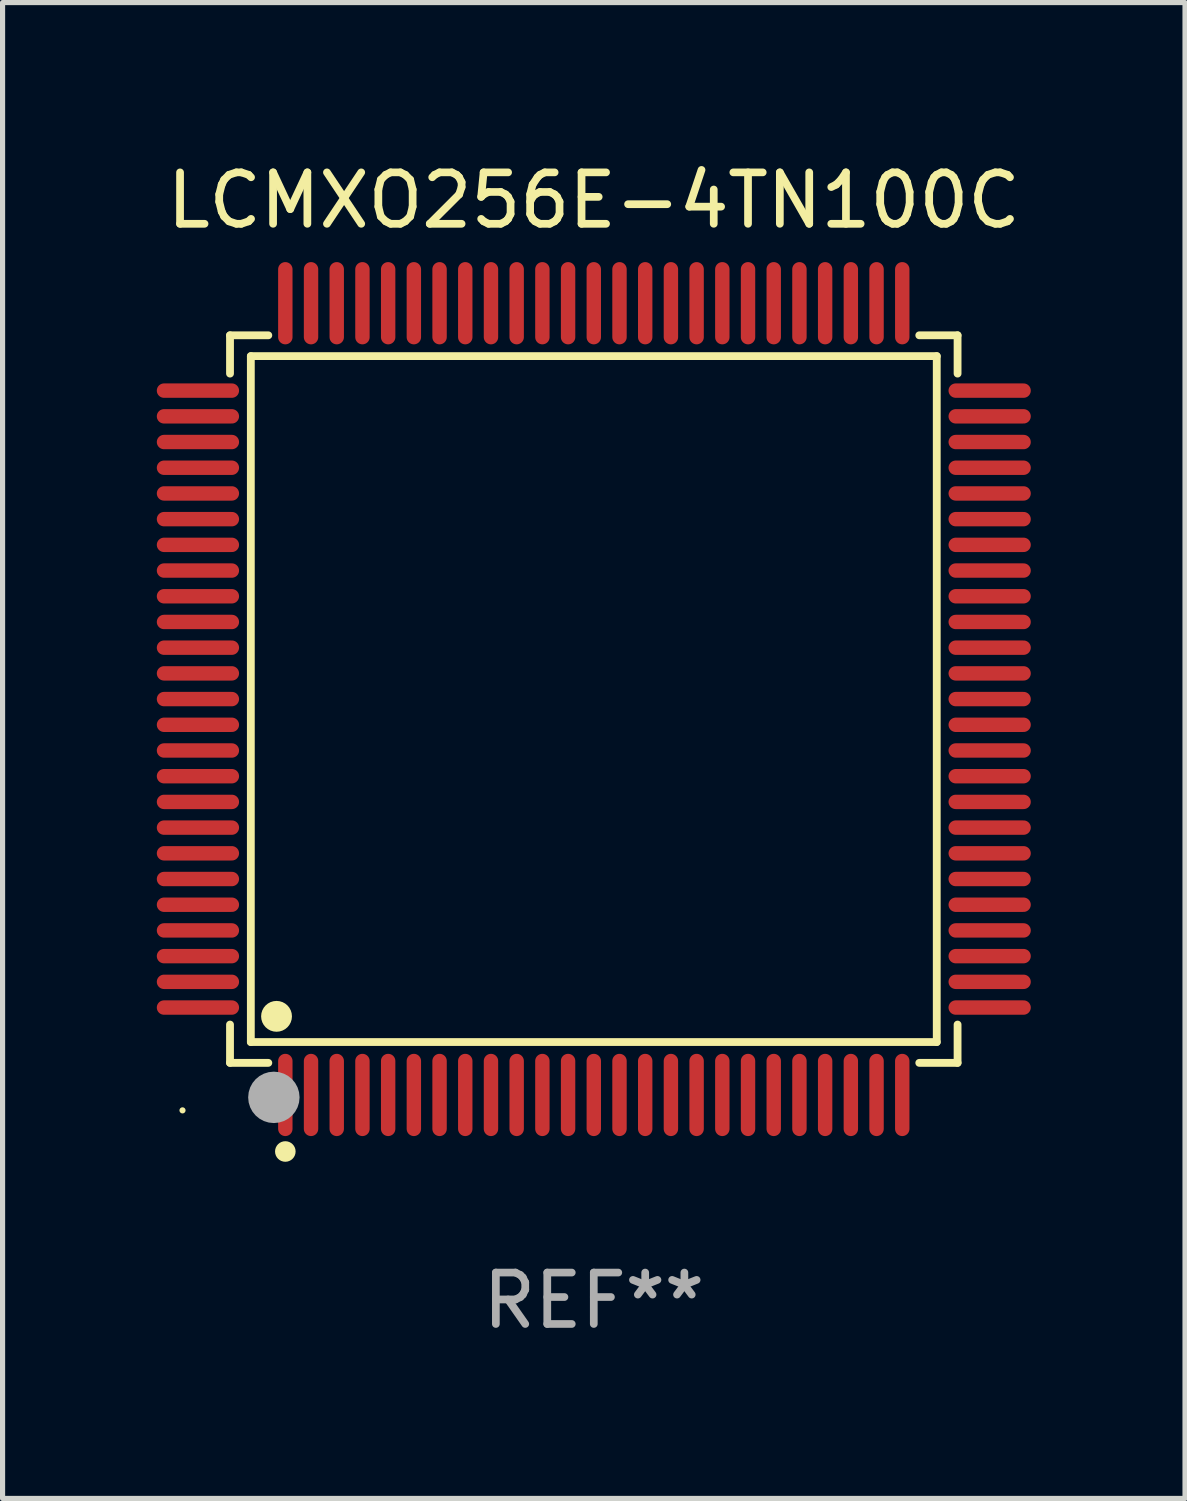
<source format=kicad_pcb>
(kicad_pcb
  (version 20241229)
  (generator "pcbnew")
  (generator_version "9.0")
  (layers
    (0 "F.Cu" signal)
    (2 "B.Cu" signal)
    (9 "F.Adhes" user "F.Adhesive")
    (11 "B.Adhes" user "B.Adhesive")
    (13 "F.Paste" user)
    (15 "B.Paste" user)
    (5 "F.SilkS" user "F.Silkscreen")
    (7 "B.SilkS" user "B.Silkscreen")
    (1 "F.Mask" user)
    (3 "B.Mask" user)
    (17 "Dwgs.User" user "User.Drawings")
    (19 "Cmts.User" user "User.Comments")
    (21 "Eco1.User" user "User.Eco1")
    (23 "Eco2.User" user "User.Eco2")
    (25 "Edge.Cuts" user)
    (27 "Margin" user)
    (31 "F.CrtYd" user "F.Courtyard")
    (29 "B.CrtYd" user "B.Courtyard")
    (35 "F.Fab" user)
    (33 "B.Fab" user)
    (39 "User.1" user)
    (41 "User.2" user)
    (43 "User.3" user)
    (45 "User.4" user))
  (footprint "LCMXO256E-4TN100C"
    (layer "F.Cu")
    (at 8.5 10.548)
    (property "Reference" "LCMXO256E-4TN100C" (at 0 -9.7 0) (layer "F.SilkS") (effects (font (size 1 1) (thickness 0.15))))
    (attr through_hole)
    (fp_line (start -7.076 -7.076) (end -6.331 -7.076) (stroke (width 0.152) (type solid)) (layer "F.SilkS"))
    (fp_line (start -7.076 -6.331) (end -7.076 -7.076) (stroke (width 0.152) (type solid)) (layer "F.SilkS"))
    (fp_line (start -7.076 6.331) (end -7.076 7.076) (stroke (width 0.152) (type solid)) (layer "F.SilkS"))
    (fp_line (start -7.076 7.076) (end -6.331 7.076) (stroke (width 0.152) (type solid)) (layer "F.SilkS"))
    (fp_line (start -6.671 -6.671) (end 6.671 -6.671) (stroke (width 0.152) (type solid)) (layer "F.SilkS"))
    (fp_line (start -6.671 6.671) (end -6.671 -6.671) (stroke (width 0.152) (type solid)) (layer "F.SilkS"))
    (fp_line (start 6.671 -6.671) (end 6.671 6.671) (stroke (width 0.152) (type solid)) (layer "F.SilkS"))
    (fp_line (start 6.671 6.671) (end -6.671 6.671) (stroke (width 0.152) (type solid)) (layer "F.SilkS"))
    (fp_line (start 7.076 -7.076) (end 6.331 -7.076) (stroke (width 0.152) (type solid)) (layer "F.SilkS"))
    (fp_line (start 7.076 -6.331) (end 7.076 -7.076) (stroke (width 0.152) (type solid)) (layer "F.SilkS"))
    (fp_line (start 7.076 6.331) (end 7.076 7.076) (stroke (width 0.152) (type solid)) (layer "F.SilkS"))
    (fp_line (start 7.076 7.076) (end 6.331 7.076) (stroke (width 0.152) (type solid)) (layer "F.SilkS"))
    (fp_circle (center -8 8) (end -7.97 8) (stroke (width 0.06) (type solid)) (fill no) (layer "F.SilkS"))
    (fp_circle (center -6.171 6.171) (end -6.021 6.171) (stroke (width 0.3) (type solid)) (fill no) (layer "F.SilkS"))
    (fp_circle (center -6 8.8) (end -5.9 8.8) (stroke (width 0.2) (type solid)) (fill no) (layer "F.SilkS"))
    (fp_circle (center -6.223 7.747) (end -5.973 7.747) (stroke (width 0.5) (type solid)) (fill no) (layer "F.Fab"))
    (fp_text user "REF**" (at 0 11.7 0) (layer "F.Fab") (effects (font (size 1 1) (thickness 0.15))))
    (pad "1" smd oval (at -6 7.7) (size 0.28 1.6) (layers "F.Cu" "F.Mask" "F.Paste"))
    (pad "2" smd oval (at -5.5 7.7) (size 0.28 1.6) (layers "F.Cu" "F.Mask" "F.Paste"))
    (pad "3" smd oval (at -5 7.7) (size 0.28 1.6) (layers "F.Cu" "F.Mask" "F.Paste"))
    (pad "4" smd oval (at -4.5 7.7) (size 0.28 1.6) (layers "F.Cu" "F.Mask" "F.Paste"))
    (pad "5" smd oval (at -4 7.7) (size 0.28 1.6) (layers "F.Cu" "F.Mask" "F.Paste"))
    (pad "6" smd oval (at -3.5 7.7) (size 0.28 1.6) (layers "F.Cu" "F.Mask" "F.Paste"))
    (pad "7" smd oval (at -3 7.7) (size 0.28 1.6) (layers "F.Cu" "F.Mask" "F.Paste"))
    (pad "8" smd oval (at -2.5 7.7) (size 0.28 1.6) (layers "F.Cu" "F.Mask" "F.Paste"))
    (pad "9" smd oval (at -2 7.7) (size 0.28 1.6) (layers "F.Cu" "F.Mask" "F.Paste"))
    (pad "10" smd oval (at -1.5 7.7) (size 0.28 1.6) (layers "F.Cu" "F.Mask" "F.Paste"))
    (pad "11" smd oval (at -1 7.7) (size 0.28 1.6) (layers "F.Cu" "F.Mask" "F.Paste"))
    (pad "12" smd oval (at -0.5 7.7) (size 0.28 1.6) (layers "F.Cu" "F.Mask" "F.Paste"))
    (pad "13" smd oval (at 0 7.7) (size 0.28 1.6) (layers "F.Cu" "F.Mask" "F.Paste"))
    (pad "14" smd oval (at 0.5 7.7) (size 0.28 1.6) (layers "F.Cu" "F.Mask" "F.Paste"))
    (pad "15" smd oval (at 1 7.7) (size 0.28 1.6) (layers "F.Cu" "F.Mask" "F.Paste"))
    (pad "16" smd oval (at 1.5 7.7) (size 0.28 1.6) (layers "F.Cu" "F.Mask" "F.Paste"))
    (pad "17" smd oval (at 2 7.7) (size 0.28 1.6) (layers "F.Cu" "F.Mask" "F.Paste"))
    (pad "18" smd oval (at 2.5 7.7) (size 0.28 1.6) (layers "F.Cu" "F.Mask" "F.Paste"))
    (pad "19" smd oval (at 3 7.7) (size 0.28 1.6) (layers "F.Cu" "F.Mask" "F.Paste"))
    (pad "20" smd oval (at 3.5 7.7) (size 0.28 1.6) (layers "F.Cu" "F.Mask" "F.Paste"))
    (pad "21" smd oval (at 4 7.7) (size 0.28 1.6) (layers "F.Cu" "F.Mask" "F.Paste"))
    (pad "22" smd oval (at 4.5 7.7) (size 0.28 1.6) (layers "F.Cu" "F.Mask" "F.Paste"))
    (pad "23" smd oval (at 5 7.7) (size 0.28 1.6) (layers "F.Cu" "F.Mask" "F.Paste"))
    (pad "24" smd oval (at 5.5 7.7) (size 0.28 1.6) (layers "F.Cu" "F.Mask" "F.Paste"))
    (pad "25" smd oval (at 6 7.7) (size 0.28 1.6) (layers "F.Cu" "F.Mask" "F.Paste"))
    (pad "26" smd oval (at 7.7 6) (size 1.6 0.28) (layers "F.Cu" "F.Mask" "F.Paste"))
    (pad "27" smd oval (at 7.7 5.5) (size 1.6 0.28) (layers "F.Cu" "F.Mask" "F.Paste"))
    (pad "28" smd oval (at 7.7 5) (size 1.6 0.28) (layers "F.Cu" "F.Mask" "F.Paste"))
    (pad "29" smd oval (at 7.7 4.5) (size 1.6 0.28) (layers "F.Cu" "F.Mask" "F.Paste"))
    (pad "30" smd oval (at 7.7 4) (size 1.6 0.28) (layers "F.Cu" "F.Mask" "F.Paste"))
    (pad "31" smd oval (at 7.7 3.5) (size 1.6 0.28) (layers "F.Cu" "F.Mask" "F.Paste"))
    (pad "32" smd oval (at 7.7 3) (size 1.6 0.28) (layers "F.Cu" "F.Mask" "F.Paste"))
    (pad "33" smd oval (at 7.7 2.5) (size 1.6 0.28) (layers "F.Cu" "F.Mask" "F.Paste"))
    (pad "34" smd oval (at 7.7 2) (size 1.6 0.28) (layers "F.Cu" "F.Mask" "F.Paste"))
    (pad "35" smd oval (at 7.7 1.5) (size 1.6 0.28) (layers "F.Cu" "F.Mask" "F.Paste"))
    (pad "36" smd oval (at 7.7 1) (size 1.6 0.28) (layers "F.Cu" "F.Mask" "F.Paste"))
    (pad "37" smd oval (at 7.7 0.5) (size 1.6 0.28) (layers "F.Cu" "F.Mask" "F.Paste"))
    (pad "38" smd oval (at 7.7 0) (size 1.6 0.28) (layers "F.Cu" "F.Mask" "F.Paste"))
    (pad "39" smd oval (at 7.7 -0.5) (size 1.6 0.28) (layers "F.Cu" "F.Mask" "F.Paste"))
    (pad "40" smd oval (at 7.7 -1) (size 1.6 0.28) (layers "F.Cu" "F.Mask" "F.Paste"))
    (pad "41" smd oval (at 7.7 -1.5) (size 1.6 0.28) (layers "F.Cu" "F.Mask" "F.Paste"))
    (pad "42" smd oval (at 7.7 -2) (size 1.6 0.28) (layers "F.Cu" "F.Mask" "F.Paste"))
    (pad "43" smd oval (at 7.7 -2.5) (size 1.6 0.28) (layers "F.Cu" "F.Mask" "F.Paste"))
    (pad "44" smd oval (at 7.7 -3) (size 1.6 0.28) (layers "F.Cu" "F.Mask" "F.Paste"))
    (pad "45" smd oval (at 7.7 -3.5) (size 1.6 0.28) (layers "F.Cu" "F.Mask" "F.Paste"))
    (pad "46" smd oval (at 7.7 -4) (size 1.6 0.28) (layers "F.Cu" "F.Mask" "F.Paste"))
    (pad "47" smd oval (at 7.7 -4.5) (size 1.6 0.28) (layers "F.Cu" "F.Mask" "F.Paste"))
    (pad "48" smd oval (at 7.7 -5) (size 1.6 0.28) (layers "F.Cu" "F.Mask" "F.Paste"))
    (pad "49" smd oval (at 7.7 -5.5) (size 1.6 0.28) (layers "F.Cu" "F.Mask" "F.Paste"))
    (pad "50" smd oval (at 7.7 -6) (size 1.6 0.28) (layers "F.Cu" "F.Mask" "F.Paste"))
    (pad "51" smd oval (at 6 -7.7) (size 0.28 1.6) (layers "F.Cu" "F.Mask" "F.Paste"))
    (pad "52" smd oval (at 5.5 -7.7) (size 0.28 1.6) (layers "F.Cu" "F.Mask" "F.Paste"))
    (pad "53" smd oval (at 5 -7.7) (size 0.28 1.6) (layers "F.Cu" "F.Mask" "F.Paste"))
    (pad "54" smd oval (at 4.5 -7.7) (size 0.28 1.6) (layers "F.Cu" "F.Mask" "F.Paste"))
    (pad "55" smd oval (at 4 -7.7) (size 0.28 1.6) (layers "F.Cu" "F.Mask" "F.Paste"))
    (pad "56" smd oval (at 3.5 -7.7) (size 0.28 1.6) (layers "F.Cu" "F.Mask" "F.Paste"))
    (pad "57" smd oval (at 3 -7.7) (size 0.28 1.6) (layers "F.Cu" "F.Mask" "F.Paste"))
    (pad "58" smd oval (at 2.5 -7.7) (size 0.28 1.6) (layers "F.Cu" "F.Mask" "F.Paste"))
    (pad "59" smd oval (at 2 -7.7) (size 0.28 1.6) (layers "F.Cu" "F.Mask" "F.Paste"))
    (pad "60" smd oval (at 1.5 -7.7) (size 0.28 1.6) (layers "F.Cu" "F.Mask" "F.Paste"))
    (pad "61" smd oval (at 1 -7.7) (size 0.28 1.6) (layers "F.Cu" "F.Mask" "F.Paste"))
    (pad "62" smd oval (at 0.5 -7.7) (size 0.28 1.6) (layers "F.Cu" "F.Mask" "F.Paste"))
    (pad "63" smd oval (at 0 -7.7) (size 0.28 1.6) (layers "F.Cu" "F.Mask" "F.Paste"))
    (pad "64" smd oval (at -0.5 -7.7) (size 0.28 1.6) (layers "F.Cu" "F.Mask" "F.Paste"))
    (pad "65" smd oval (at -1 -7.7) (size 0.28 1.6) (layers "F.Cu" "F.Mask" "F.Paste"))
    (pad "66" smd oval (at -1.5 -7.7) (size 0.28 1.6) (layers "F.Cu" "F.Mask" "F.Paste"))
    (pad "67" smd oval (at -2 -7.7) (size 0.28 1.6) (layers "F.Cu" "F.Mask" "F.Paste"))
    (pad "68" smd oval (at -2.5 -7.7) (size 0.28 1.6) (layers "F.Cu" "F.Mask" "F.Paste"))
    (pad "69" smd oval (at -3 -7.7) (size 0.28 1.6) (layers "F.Cu" "F.Mask" "F.Paste"))
    (pad "70" smd oval (at -3.5 -7.7) (size 0.28 1.6) (layers "F.Cu" "F.Mask" "F.Paste"))
    (pad "71" smd oval (at -4 -7.7) (size 0.28 1.6) (layers "F.Cu" "F.Mask" "F.Paste"))
    (pad "72" smd oval (at -4.5 -7.7) (size 0.28 1.6) (layers "F.Cu" "F.Mask" "F.Paste"))
    (pad "73" smd oval (at -5 -7.7) (size 0.28 1.6) (layers "F.Cu" "F.Mask" "F.Paste"))
    (pad "74" smd oval (at -5.5 -7.7) (size 0.28 1.6) (layers "F.Cu" "F.Mask" "F.Paste"))
    (pad "75" smd oval (at -6 -7.7) (size 0.28 1.6) (layers "F.Cu" "F.Mask" "F.Paste"))
    (pad "76" smd oval (at -7.7 -6) (size 1.6 0.28) (layers "F.Cu" "F.Mask" "F.Paste"))
    (pad "77" smd oval (at -7.7 -5.5) (size 1.6 0.28) (layers "F.Cu" "F.Mask" "F.Paste"))
    (pad "78" smd oval (at -7.7 -5) (size 1.6 0.28) (layers "F.Cu" "F.Mask" "F.Paste"))
    (pad "79" smd oval (at -7.7 -4.5) (size 1.6 0.28) (layers "F.Cu" "F.Mask" "F.Paste"))
    (pad "80" smd oval (at -7.7 -4) (size 1.6 0.28) (layers "F.Cu" "F.Mask" "F.Paste"))
    (pad "81" smd oval (at -7.7 -3.5) (size 1.6 0.28) (layers "F.Cu" "F.Mask" "F.Paste"))
    (pad "82" smd oval (at -7.7 -3) (size 1.6 0.28) (layers "F.Cu" "F.Mask" "F.Paste"))
    (pad "83" smd oval (at -7.7 -2.5) (size 1.6 0.28) (layers "F.Cu" "F.Mask" "F.Paste"))
    (pad "84" smd oval (at -7.7 -2) (size 1.6 0.28) (layers "F.Cu" "F.Mask" "F.Paste"))
    (pad "85" smd oval (at -7.7 -1.5) (size 1.6 0.28) (layers "F.Cu" "F.Mask" "F.Paste"))
    (pad "86" smd oval (at -7.7 -1) (size 1.6 0.28) (layers "F.Cu" "F.Mask" "F.Paste"))
    (pad "87" smd oval (at -7.7 -0.5) (size 1.6 0.28) (layers "F.Cu" "F.Mask" "F.Paste"))
    (pad "88" smd oval (at -7.7 0) (size 1.6 0.28) (layers "F.Cu" "F.Mask" "F.Paste"))
    (pad "89" smd oval (at -7.7 0.5) (size 1.6 0.28) (layers "F.Cu" "F.Mask" "F.Paste"))
    (pad "90" smd oval (at -7.7 1) (size 1.6 0.28) (layers "F.Cu" "F.Mask" "F.Paste"))
    (pad "91" smd oval (at -7.7 1.5) (size 1.6 0.28) (layers "F.Cu" "F.Mask" "F.Paste"))
    (pad "92" smd oval (at -7.7 2) (size 1.6 0.28) (layers "F.Cu" "F.Mask" "F.Paste"))
    (pad "93" smd oval (at -7.7 2.5) (size 1.6 0.28) (layers "F.Cu" "F.Mask" "F.Paste"))
    (pad "94" smd oval (at -7.7 3) (size 1.6 0.28) (layers "F.Cu" "F.Mask" "F.Paste"))
    (pad "95" smd oval (at -7.7 3.5) (size 1.6 0.28) (layers "F.Cu" "F.Mask" "F.Paste"))
    (pad "96" smd oval (at -7.7 4) (size 1.6 0.28) (layers "F.Cu" "F.Mask" "F.Paste"))
    (pad "97" smd oval (at -7.7 4.5) (size 1.6 0.28) (layers "F.Cu" "F.Mask" "F.Paste"))
    (pad "98" smd oval (at -7.7 5) (size 1.6 0.28) (layers "F.Cu" "F.Mask" "F.Paste"))
    (pad "99" smd oval (at -7.7 5.5) (size 1.6 0.28) (layers "F.Cu" "F.Mask" "F.Paste"))
    (pad "100" smd oval (at -7.7 6) (size 1.6 0.28) (layers "F.Cu" "F.Mask" "F.Paste")))
  (gr_rect
    (start -3 -3)
    (end 20 26.097)
    (stroke (width 0.1) (type default))
    (fill no)
    (layer "Edge.Cuts")))
</source>
